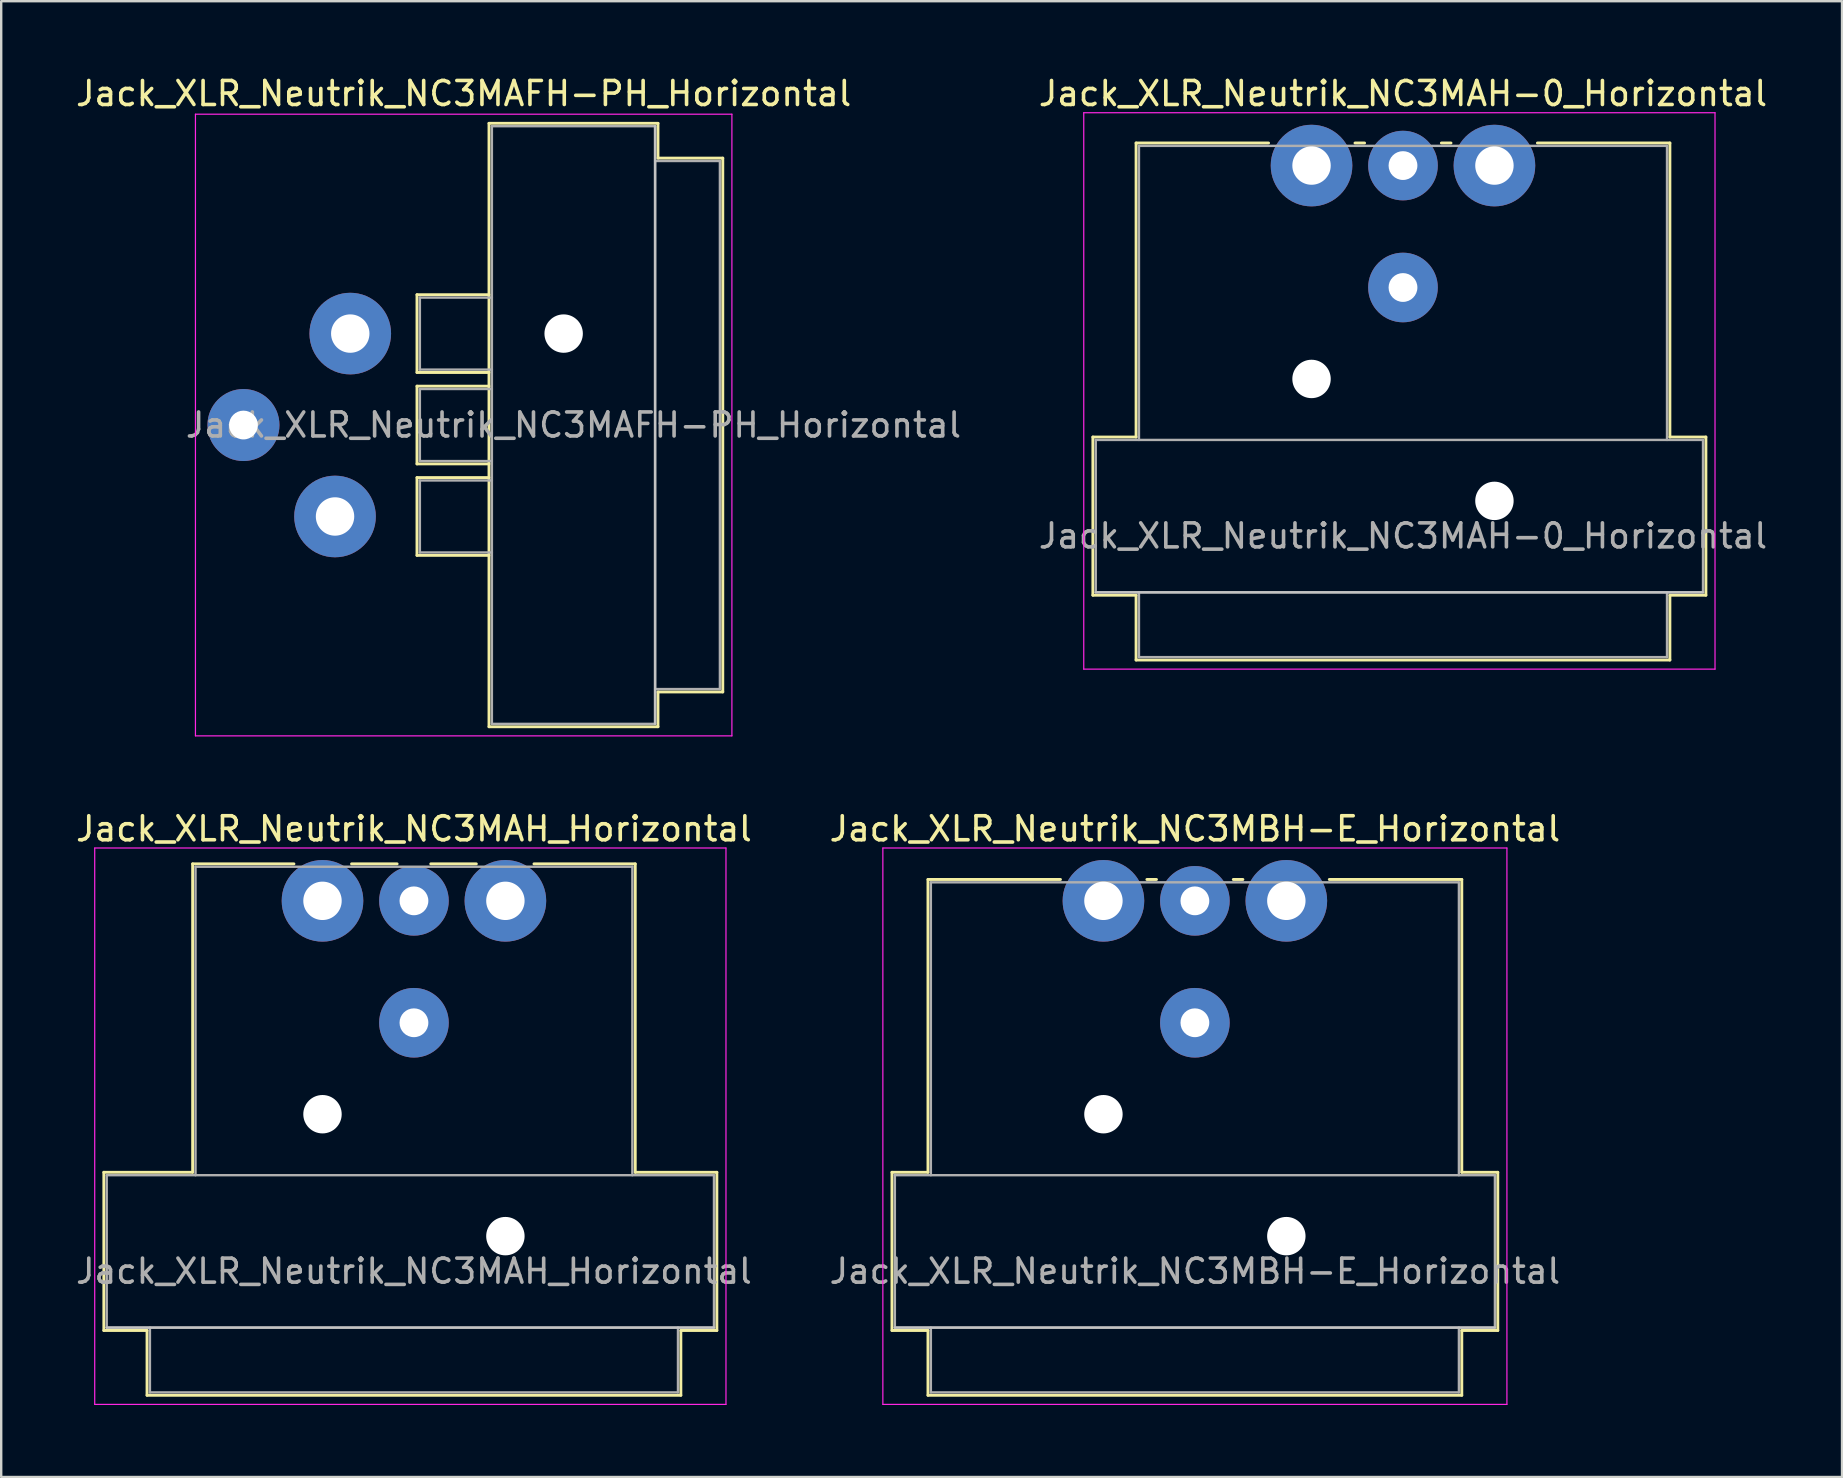
<source format=kicad_pcb>
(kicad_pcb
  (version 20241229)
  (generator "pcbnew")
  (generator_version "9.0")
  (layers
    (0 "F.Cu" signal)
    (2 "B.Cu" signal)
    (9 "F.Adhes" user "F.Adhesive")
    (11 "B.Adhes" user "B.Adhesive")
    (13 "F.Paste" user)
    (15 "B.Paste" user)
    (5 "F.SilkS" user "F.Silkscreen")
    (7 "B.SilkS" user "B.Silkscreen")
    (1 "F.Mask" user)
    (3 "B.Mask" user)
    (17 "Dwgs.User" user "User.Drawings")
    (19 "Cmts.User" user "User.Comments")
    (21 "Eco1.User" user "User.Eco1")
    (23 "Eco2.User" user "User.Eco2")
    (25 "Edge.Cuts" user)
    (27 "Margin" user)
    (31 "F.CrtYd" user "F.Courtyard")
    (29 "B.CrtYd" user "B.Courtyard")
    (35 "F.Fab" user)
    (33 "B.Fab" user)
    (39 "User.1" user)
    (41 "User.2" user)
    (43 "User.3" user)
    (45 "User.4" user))
  (footprint "Jack_XLR_Neutrik_NC3MAH_Horizontal"
    (layer "F.Cu")
    (at 10.386 34.481)
    (property "Reference" "Jack_XLR_Neutrik_NC3MAH_Horizontal" (at 3.81 -3 0) (layer "F.SilkS") (effects (font (size 1 1) (thickness 0.15))))
    (attr through_hole)
    (fp_line (start -9.11 11.31) (end -5.41 11.31) (stroke (width 0.12) (type solid)) (layer "F.SilkS"))
    (fp_line (start -9.11 17.9) (end -9.11 11.31) (stroke (width 0.12) (type solid)) (layer "F.SilkS"))
    (fp_line (start -7.31 17.9) (end -9.11 17.9) (stroke (width 0.12) (type solid)) (layer "F.SilkS"))
    (fp_line (start -7.31 17.9) (end -7.31 20.6) (stroke (width 0.12) (type solid)) (layer "F.SilkS"))
    (fp_line (start -5.41 11.31) (end -5.41 -1.54) (stroke (width 0.12) (type solid)) (layer "F.SilkS"))
    (fp_line (start -1.19 -1.54) (end -5.41 -1.54) (stroke (width 0.12) (type solid)) (layer "F.SilkS"))
    (fp_line (start 3.11 -1.54) (end 1.21 -1.54) (stroke (width 0.12) (type solid)) (layer "F.SilkS"))
    (fp_line (start 4.51 -1.54) (end 6.41 -1.54) (stroke (width 0.12) (type solid)) (layer "F.SilkS"))
    (fp_line (start 13.03 -1.54) (end 8.81 -1.54) (stroke (width 0.12) (type solid)) (layer "F.SilkS"))
    (fp_line (start 13.03 11.31) (end 13.03 -1.54) (stroke (width 0.12) (type solid)) (layer "F.SilkS"))
    (fp_line (start 13.03 11.31) (end 16.43 11.31) (stroke (width 0.12) (type solid)) (layer "F.SilkS"))
    (fp_line (start 14.93 17.9) (end 14.93 20.6) (stroke (width 0.12) (type solid)) (layer "F.SilkS"))
    (fp_line (start 14.93 20.6) (end -7.31 20.6) (stroke (width 0.12) (type solid)) (layer "F.SilkS"))
    (fp_line (start 16.43 17.9) (end 14.93 17.9) (stroke (width 0.12) (type solid)) (layer "F.SilkS"))
    (fp_line (start 16.43 17.9) (end 16.43 11.31) (stroke (width 0.12) (type solid)) (layer "F.SilkS"))
    (fp_line (start 16.31 17.78) (end -8.99 17.78) (stroke (width 0.1) (type solid)) (layer "Dwgs.User"))
    (fp_line (start -9.49 20.98) (end -9.49 -2.2) (stroke (width 0.05) (type solid)) (layer "F.CrtYd"))
    (fp_line (start 16.81 -2.2) (end -9.49 -2.2) (stroke (width 0.05) (type solid)) (layer "F.CrtYd"))
    (fp_line (start 16.81 20.98) (end -9.49 20.98) (stroke (width 0.05) (type solid)) (layer "F.CrtYd"))
    (fp_line (start 16.81 20.98) (end 16.81 -2.2) (stroke (width 0.05) (type solid)) (layer "F.CrtYd"))
    (fp_line (start -8.99 11.43) (end 16.31 11.43) (stroke (width 0.1) (type solid)) (layer "F.Fab"))
    (fp_line (start -8.99 17.78) (end -8.99 11.43) (stroke (width 0.1) (type solid)) (layer "F.Fab"))
    (fp_line (start -7.19 20.48) (end -7.19 17.78) (stroke (width 0.1) (type solid)) (layer "F.Fab"))
    (fp_line (start -5.29 -1.42) (end -5.29 11.43) (stroke (width 0.1) (type solid)) (layer "F.Fab"))
    (fp_line (start 12.91 -1.42) (end -5.29 -1.42) (stroke (width 0.1) (type solid)) (layer "F.Fab"))
    (fp_line (start 12.91 11.43) (end 12.91 -1.42) (stroke (width 0.1) (type solid)) (layer "F.Fab"))
    (fp_line (start 14.81 17.78) (end 14.81 20.48) (stroke (width 0.1) (type solid)) (layer "F.Fab"))
    (fp_line (start 14.81 20.48) (end -7.19 20.48) (stroke (width 0.1) (type solid)) (layer "F.Fab"))
    (fp_line (start 16.31 11.43) (end 16.31 17.78) (stroke (width 0.1) (type solid)) (layer "F.Fab"))
    (fp_line (start 16.31 17.78) (end -8.99 17.78) (stroke (width 0.1) (type solid)) (layer "F.Fab"))
    (fp_text user "${REFERENCE}" (at 3.81 15.43 0) (layer "F.Fab") (effects (font (size 1 1) (thickness 0.15))))
    (pad "" np_thru_hole circle (at 0 8.89) (size 1.6 1.6) (drill 1.6) (layers "*.Cu" "*.Mask"))
    (pad "" np_thru_hole circle (at 7.62 13.97) (size 1.6 1.6) (drill 1.6) (layers "*.Cu" "*.Mask"))
    (pad "1" thru_hole circle (at 0 0) (size 3.4 3.4) (drill 1.6) (layers "*.Cu" "*.Mask"))
    (pad "2" thru_hole circle (at 7.62 0) (size 3.4 3.4) (drill 1.6) (layers "*.Cu" "*.Mask"))
    (pad "3" thru_hole circle (at 3.81 0) (size 2.9 2.9) (drill 1.2) (layers "*.Cu" "*.Mask"))
    (pad "G" thru_hole circle (at 3.81 5.08) (size 2.9 2.9) (drill 1.2) (layers "*.Cu" "*.Mask")))
  (footprint "Jack_XLR_Neutrik_NC3MAFH-PH_Horizontal"
    (layer "F.Cu")
    (at 11.543 10.848)
    (property "Reference" "Jack_XLR_Neutrik_NC3MAFH-PH_Horizontal" (at 4.725 -10 0) (layer "F.SilkS") (effects (font (size 1 1) (thickness 0.15))))
    (attr through_hole)
    (fp_line (start 2.78 -1.62) (end 2.78 1.62) (stroke (width 0.12) (type solid)) (layer "F.SilkS"))
    (fp_line (start 2.78 2.19) (end 2.78 5.43) (stroke (width 0.12) (type solid)) (layer "F.SilkS"))
    (fp_line (start 2.78 6) (end 2.78 9.24) (stroke (width 0.12) (type solid)) (layer "F.SilkS"))
    (fp_line (start 5.78 -1.62) (end 2.78 -1.62) (stroke (width 0.12) (type solid)) (layer "F.SilkS"))
    (fp_line (start 5.78 1.62) (end 2.78 1.62) (stroke (width 0.12) (type solid)) (layer "F.SilkS"))
    (fp_line (start 5.78 2.19) (end 2.78 2.19) (stroke (width 0.12) (type solid)) (layer "F.SilkS"))
    (fp_line (start 5.78 5.43) (end 2.78 5.43) (stroke (width 0.12) (type solid)) (layer "F.SilkS"))
    (fp_line (start 5.78 6) (end 2.78 6) (stroke (width 0.12) (type solid)) (layer "F.SilkS"))
    (fp_line (start 5.78 9.24) (end 2.78 9.24) (stroke (width 0.12) (type solid)) (layer "F.SilkS"))
    (fp_line (start 5.78 16.38) (end 5.78 -8.76) (stroke (width 0.12) (type solid)) (layer "F.SilkS"))
    (fp_line (start 12.82 -8.76) (end 5.78 -8.76) (stroke (width 0.12) (type solid)) (layer "F.SilkS"))
    (fp_line (start 12.82 -8.76) (end 12.82 -7.31) (stroke (width 0.12) (type solid)) (layer "F.SilkS"))
    (fp_line (start 12.82 -7.31) (end 15.52 -7.31) (stroke (width 0.12) (type solid)) (layer "F.SilkS"))
    (fp_line (start 12.82 14.93) (end 12.82 16.38) (stroke (width 0.12) (type solid)) (layer "F.SilkS"))
    (fp_line (start 12.82 14.93) (end 15.52 14.93) (stroke (width 0.12) (type solid)) (layer "F.SilkS"))
    (fp_line (start 12.82 16.38) (end 5.78 16.38) (stroke (width 0.12) (type solid)) (layer "F.SilkS"))
    (fp_line (start 15.52 -7.31) (end 15.52 14.93) (stroke (width 0.12) (type solid)) (layer "F.SilkS"))
    (fp_line (start 12.7 -8.64) (end 12.7 16.26) (stroke (width 0.1) (type solid)) (layer "Dwgs.User"))
    (fp_line (start -6.45 -9.14) (end -6.45 16.76) (stroke (width 0.05) (type solid)) (layer "F.CrtYd"))
    (fp_line (start 15.9 -9.14) (end -6.45 -9.14) (stroke (width 0.05) (type solid)) (layer "F.CrtYd"))
    (fp_line (start 15.9 -9.14) (end 15.9 16.76) (stroke (width 0.05) (type solid)) (layer "F.CrtYd"))
    (fp_line (start 15.9 16.76) (end -6.45 16.76) (stroke (width 0.05) (type solid)) (layer "F.CrtYd"))
    (fp_line (start 2.9 -1.5) (end 2.9 1.5) (stroke (width 0.1) (type solid)) (layer "F.Fab"))
    (fp_line (start 2.9 2.31) (end 2.9 5.31) (stroke (width 0.1) (type solid)) (layer "F.Fab"))
    (fp_line (start 2.9 6.12) (end 2.9 9.12) (stroke (width 0.1) (type solid)) (layer "F.Fab"))
    (fp_line (start 2.9 9.12) (end 5.9 9.12) (stroke (width 0.1) (type solid)) (layer "F.Fab"))
    (fp_line (start 5.9 -8.64) (end 12.7 -8.64) (stroke (width 0.1) (type solid)) (layer "F.Fab"))
    (fp_line (start 5.9 -1.5) (end 2.9 -1.5) (stroke (width 0.1) (type solid)) (layer "F.Fab"))
    (fp_line (start 5.9 1.5) (end 2.9 1.5) (stroke (width 0.1) (type solid)) (layer "F.Fab"))
    (fp_line (start 5.9 2.31) (end 2.9 2.31) (stroke (width 0.1) (type solid)) (layer "F.Fab"))
    (fp_line (start 5.9 5.31) (end 2.9 5.31) (stroke (width 0.1) (type solid)) (layer "F.Fab"))
    (fp_line (start 5.9 6.12) (end 2.9 6.12) (stroke (width 0.1) (type solid)) (layer "F.Fab"))
    (fp_line (start 5.9 16.26) (end 5.9 -8.64) (stroke (width 0.1) (type solid)) (layer "F.Fab"))
    (fp_line (start 12.7 -8.64) (end 12.7 16.26) (stroke (width 0.1) (type solid)) (layer "F.Fab"))
    (fp_line (start 12.7 -7.19) (end 15.4 -7.19) (stroke (width 0.1) (type solid)) (layer "F.Fab"))
    (fp_line (start 12.7 16.26) (end 5.9 16.26) (stroke (width 0.1) (type solid)) (layer "F.Fab"))
    (fp_line (start 15.4 -7.19) (end 15.4 14.81) (stroke (width 0.1) (type solid)) (layer "F.Fab"))
    (fp_line (start 15.4 14.81) (end 12.7 14.81) (stroke (width 0.1) (type solid)) (layer "F.Fab"))
    (fp_text user "${REFERENCE}" (at 9.3 3.81 0) (layer "F.Fab") (effects (font (size 1 1) (thickness 0.15))))
    (pad "" np_thru_hole circle (at 8.89 0) (size 1.6 1.6) (drill 1.6) (layers "*.Cu" "*.Mask"))
    (pad "1" thru_hole circle (at 0 0) (size 3.4 3.4) (drill 1.6) (layers "*.Cu" "*.Mask"))
    (pad "2" thru_hole circle (at -0.635 7.62) (size 3.4 3.4) (drill 1.6) (layers "*.Cu" "*.Mask"))
    (pad "3" thru_hole circle (at -4.45 3.81) (size 3 3) (drill 1.2) (layers "*.Cu" "*.Mask")))
  (footprint "Jack_XLR_Neutrik_NC3MAH-0_Horizontal"
    (layer "F.Cu")
    (at 51.592 3.848)
    (property "Reference" "Jack_XLR_Neutrik_NC3MAH-0_Horizontal" (at 3.81 -3 0) (layer "F.SilkS") (effects (font (size 1 1) (thickness 0.15))))
    (attr through_hole)
    (fp_line (start -9.11 11.31) (end -7.31 11.31) (stroke (width 0.12) (type solid)) (layer "F.SilkS"))
    (fp_line (start -9.11 17.9) (end -9.11 11.31) (stroke (width 0.12) (type solid)) (layer "F.SilkS"))
    (fp_line (start -7.31 11.31) (end -7.31 -0.94) (stroke (width 0.12) (type solid)) (layer "F.SilkS"))
    (fp_line (start -7.31 17.9) (end -9.11 17.9) (stroke (width 0.12) (type solid)) (layer "F.SilkS"))
    (fp_line (start -7.31 17.9) (end -7.31 20.6) (stroke (width 0.12) (type solid)) (layer "F.SilkS"))
    (fp_line (start -1.79 -0.94) (end -7.31 -0.94) (stroke (width 0.12) (type solid)) (layer "F.SilkS"))
    (fp_line (start 2.21 -0.94) (end 1.81 -0.94) (stroke (width 0.12) (type solid)) (layer "F.SilkS"))
    (fp_line (start 5.41 -0.94) (end 5.81 -0.94) (stroke (width 0.12) (type solid)) (layer "F.SilkS"))
    (fp_line (start 14.93 -0.94) (end 9.41 -0.94) (stroke (width 0.12) (type solid)) (layer "F.SilkS"))
    (fp_line (start 14.93 11.31) (end 14.93 -0.94) (stroke (width 0.12) (type solid)) (layer "F.SilkS"))
    (fp_line (start 14.93 11.31) (end 16.43 11.31) (stroke (width 0.12) (type solid)) (layer "F.SilkS"))
    (fp_line (start 14.93 17.9) (end 14.93 20.6) (stroke (width 0.12) (type solid)) (layer "F.SilkS"))
    (fp_line (start 14.93 20.6) (end -7.31 20.6) (stroke (width 0.12) (type solid)) (layer "F.SilkS"))
    (fp_line (start 16.43 17.9) (end 14.93 17.9) (stroke (width 0.12) (type solid)) (layer "F.SilkS"))
    (fp_line (start 16.43 17.9) (end 16.43 11.31) (stroke (width 0.12) (type solid)) (layer "F.SilkS"))
    (fp_line (start 16.31 17.78) (end -8.99 17.78) (stroke (width 0.1) (type solid)) (layer "Dwgs.User"))
    (fp_line (start -9.49 20.98) (end -9.49 -2.2) (stroke (width 0.05) (type solid)) (layer "F.CrtYd"))
    (fp_line (start 16.81 -2.2) (end -9.49 -2.2) (stroke (width 0.05) (type solid)) (layer "F.CrtYd"))
    (fp_line (start 16.81 20.98) (end -9.49 20.98) (stroke (width 0.05) (type solid)) (layer "F.CrtYd"))
    (fp_line (start 16.81 20.98) (end 16.81 -2.2) (stroke (width 0.05) (type solid)) (layer "F.CrtYd"))
    (fp_line (start -8.99 11.43) (end 16.31 11.43) (stroke (width 0.1) (type solid)) (layer "F.Fab"))
    (fp_line (start -8.99 17.78) (end -8.99 11.43) (stroke (width 0.1) (type solid)) (layer "F.Fab"))
    (fp_line (start -7.19 -0.82) (end -7.19 11.43) (stroke (width 0.1) (type solid)) (layer "F.Fab"))
    (fp_line (start -7.19 20.48) (end -7.19 17.78) (stroke (width 0.1) (type solid)) (layer "F.Fab"))
    (fp_line (start 14.81 -0.82) (end -7.19 -0.82) (stroke (width 0.1) (type solid)) (layer "F.Fab"))
    (fp_line (start 14.81 11.43) (end 14.81 -0.82) (stroke (width 0.1) (type solid)) (layer "F.Fab"))
    (fp_line (start 14.81 17.78) (end 14.81 20.48) (stroke (width 0.1) (type solid)) (layer "F.Fab"))
    (fp_line (start 14.81 20.48) (end -7.19 20.48) (stroke (width 0.1) (type solid)) (layer "F.Fab"))
    (fp_line (start 16.31 11.43) (end 16.31 17.78) (stroke (width 0.1) (type solid)) (layer "F.Fab"))
    (fp_line (start 16.31 17.78) (end -8.99 17.78) (stroke (width 0.1) (type solid)) (layer "F.Fab"))
    (fp_text user "${REFERENCE}" (at 3.81 15.43 0) (layer "F.Fab") (effects (font (size 1 1) (thickness 0.15))))
    (pad "" np_thru_hole circle (at 0 8.89) (size 1.6 1.6) (drill 1.6) (layers "*.Cu" "*.Mask"))
    (pad "" np_thru_hole circle (at 7.62 13.97) (size 1.6 1.6) (drill 1.6) (layers "*.Cu" "*.Mask"))
    (pad "1" thru_hole circle (at 0 0) (size 3.4 3.4) (drill 1.6) (layers "*.Cu" "*.Mask"))
    (pad "2" thru_hole circle (at 7.62 0) (size 3.4 3.4) (drill 1.6) (layers "*.Cu" "*.Mask"))
    (pad "3" thru_hole circle (at 3.81 0) (size 2.9 2.9) (drill 1.2) (layers "*.Cu" "*.Mask"))
    (pad "G" thru_hole circle (at 3.81 5.08) (size 2.9 2.9) (drill 1.2) (layers "*.Cu" "*.Mask")))
  (footprint "Jack_XLR_Neutrik_NC3MBH-E_Horizontal"
    (layer "F.Cu")
    (at 42.922 34.481)
    (property "Reference" "Jack_XLR_Neutrik_NC3MBH-E_Horizontal" (at 3.81 -3 0) (layer "F.SilkS") (effects (font (size 1 1) (thickness 0.15))))
    (attr through_hole)
    (fp_line (start -8.81 11.31) (end -7.31 11.31) (stroke (width 0.12) (type solid)) (layer "F.SilkS"))
    (fp_line (start -8.81 17.9) (end -8.81 11.31) (stroke (width 0.12) (type solid)) (layer "F.SilkS"))
    (fp_line (start -7.31 11.31) (end -7.31 -0.89) (stroke (width 0.12) (type solid)) (layer "F.SilkS"))
    (fp_line (start -7.31 17.9) (end -8.81 17.9) (stroke (width 0.12) (type solid)) (layer "F.SilkS"))
    (fp_line (start -7.31 17.9) (end -7.31 20.6) (stroke (width 0.12) (type solid)) (layer "F.SilkS"))
    (fp_line (start -1.79 -0.89) (end -7.31 -0.89) (stroke (width 0.12) (type solid)) (layer "F.SilkS"))
    (fp_line (start 2.21 -0.89) (end 1.81 -0.89) (stroke (width 0.12) (type solid)) (layer "F.SilkS"))
    (fp_line (start 5.41 -0.89) (end 5.81 -0.89) (stroke (width 0.12) (type solid)) (layer "F.SilkS"))
    (fp_line (start 14.93 -0.89) (end 9.41 -0.89) (stroke (width 0.12) (type solid)) (layer "F.SilkS"))
    (fp_line (start 14.93 11.31) (end 14.93 -0.89) (stroke (width 0.12) (type solid)) (layer "F.SilkS"))
    (fp_line (start 14.93 11.31) (end 16.43 11.31) (stroke (width 0.12) (type solid)) (layer "F.SilkS"))
    (fp_line (start 14.93 17.9) (end 14.93 20.6) (stroke (width 0.12) (type solid)) (layer "F.SilkS"))
    (fp_line (start 14.93 20.6) (end -7.31 20.6) (stroke (width 0.12) (type solid)) (layer "F.SilkS"))
    (fp_line (start 16.43 17.9) (end 14.93 17.9) (stroke (width 0.12) (type solid)) (layer "F.SilkS"))
    (fp_line (start 16.43 17.9) (end 16.43 11.31) (stroke (width 0.12) (type solid)) (layer "F.SilkS"))
    (fp_line (start 16.31 17.78) (end -8.69 17.78) (stroke (width 0.1) (type solid)) (layer "Dwgs.User"))
    (fp_line (start -9.19 20.98) (end -9.19 -2.2) (stroke (width 0.05) (type solid)) (layer "F.CrtYd"))
    (fp_line (start 16.81 -2.2) (end -9.19 -2.2) (stroke (width 0.05) (type solid)) (layer "F.CrtYd"))
    (fp_line (start 16.81 20.98) (end -9.19 20.98) (stroke (width 0.05) (type solid)) (layer "F.CrtYd"))
    (fp_line (start 16.81 20.98) (end 16.81 -2.2) (stroke (width 0.05) (type solid)) (layer "F.CrtYd"))
    (fp_line (start -8.69 11.43) (end 16.31 11.43) (stroke (width 0.1) (type solid)) (layer "F.Fab"))
    (fp_line (start -8.69 17.78) (end -8.69 11.4) (stroke (width 0.1) (type solid)) (layer "F.Fab"))
    (fp_line (start -7.19 -0.77) (end -7.19 11.43) (stroke (width 0.1) (type solid)) (layer "F.Fab"))
    (fp_line (start -7.19 20.48) (end -7.19 17.78) (stroke (width 0.1) (type solid)) (layer "F.Fab"))
    (fp_line (start 14.81 -0.77) (end -7.19 -0.77) (stroke (width 0.1) (type solid)) (layer "F.Fab"))
    (fp_line (start 14.81 11.43) (end 14.81 -0.77) (stroke (width 0.1) (type solid)) (layer "F.Fab"))
    (fp_line (start 14.81 17.78) (end 14.81 20.48) (stroke (width 0.1) (type solid)) (layer "F.Fab"))
    (fp_line (start 14.81 20.48) (end -7.19 20.48) (stroke (width 0.1) (type solid)) (layer "F.Fab"))
    (fp_line (start 16.31 11.43) (end 16.31 17.78) (stroke (width 0.1) (type solid)) (layer "F.Fab"))
    (fp_line (start 16.31 17.78) (end -8.69 17.78) (stroke (width 0.1) (type solid)) (layer "F.Fab"))
    (fp_text user "${REFERENCE}" (at 3.81 15.43 0) (layer "F.Fab") (effects (font (size 1 1) (thickness 0.15))))
    (pad "" np_thru_hole circle (at 0 8.89) (size 1.6 1.6) (drill 1.6) (layers "*.Cu" "*.Mask"))
    (pad "" np_thru_hole circle (at 7.62 13.97) (size 1.6 1.6) (drill 1.6) (layers "*.Cu" "*.Mask"))
    (pad "1" thru_hole circle (at 0 0) (size 3.4 3.4) (drill 1.6) (layers "*.Cu" "*.Mask"))
    (pad "2" thru_hole circle (at 7.62 0) (size 3.4 3.4) (drill 1.6) (layers "*.Cu" "*.Mask"))
    (pad "3" thru_hole circle (at 3.81 0) (size 2.9 2.9) (drill 1.2) (layers "*.Cu" "*.Mask"))
    (pad "G" thru_hole circle (at 3.81 5.08) (size 2.9 2.9) (drill 1.2) (layers "*.Cu" "*.Mask")))
  (gr_rect
    (start -3 -3)
    (end 73.694 58.486)
    (stroke (width 0.1) (type default))
    (fill no)
    (layer "Edge.Cuts")))
</source>
